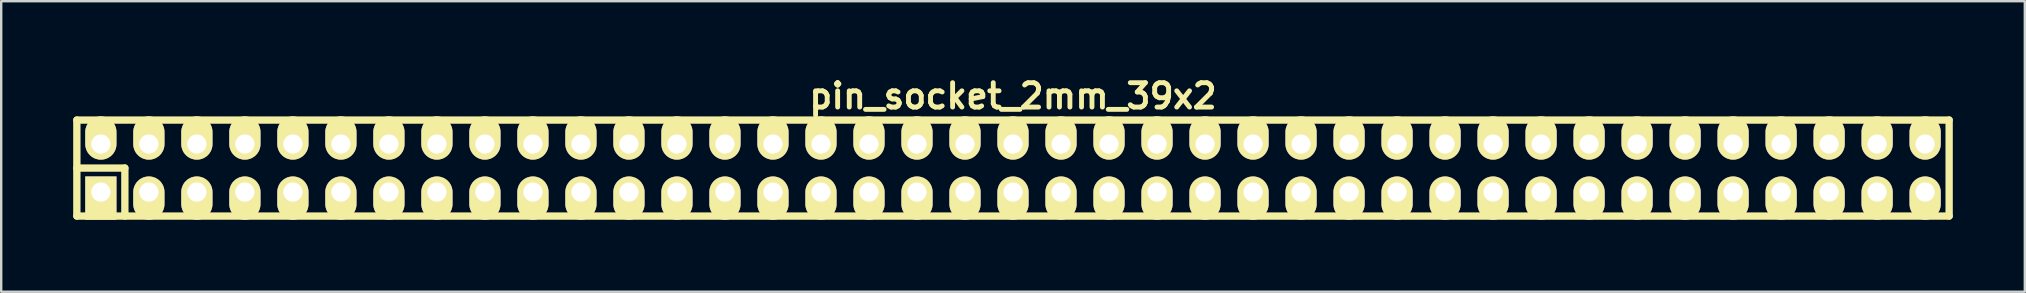
<source format=kicad_pcb>
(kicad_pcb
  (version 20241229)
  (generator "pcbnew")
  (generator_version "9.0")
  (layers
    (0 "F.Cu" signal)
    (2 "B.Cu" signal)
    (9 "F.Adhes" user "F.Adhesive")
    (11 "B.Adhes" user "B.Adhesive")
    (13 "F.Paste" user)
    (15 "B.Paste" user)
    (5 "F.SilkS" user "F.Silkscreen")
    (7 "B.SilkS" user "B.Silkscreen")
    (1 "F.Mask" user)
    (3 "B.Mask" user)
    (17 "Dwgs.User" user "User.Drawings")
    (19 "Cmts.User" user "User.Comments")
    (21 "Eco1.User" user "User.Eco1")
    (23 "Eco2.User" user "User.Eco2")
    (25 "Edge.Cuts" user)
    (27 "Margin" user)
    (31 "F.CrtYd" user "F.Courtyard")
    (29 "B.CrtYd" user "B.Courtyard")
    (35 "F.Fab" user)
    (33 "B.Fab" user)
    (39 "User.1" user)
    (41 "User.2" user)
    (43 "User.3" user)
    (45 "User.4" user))
  (footprint "pin_socket_2mm_39x2"
    (layer "F.Cu")
    (at 39.152 3.951)
    (property "Reference" "pin_socket_2mm_39x2" (at 0 -3 0) (layer "F.SilkS") (effects (font (size 1.016 1.016) (thickness 0.203))))
    (attr through_hole)
    (fp_line (start -39 -2) (end 39 -2) (stroke (width 0.305) (type solid)) (layer "F.SilkS"))
    (fp_line (start -39 0) (end -37 0) (stroke (width 0.305) (type solid)) (layer "F.SilkS"))
    (fp_line (start -39 2) (end -39 -2) (stroke (width 0.305) (type solid)) (layer "F.SilkS"))
    (fp_line (start -37 0) (end -37 2) (stroke (width 0.305) (type solid)) (layer "F.SilkS"))
    (fp_line (start 39 -2) (end 39 2) (stroke (width 0.305) (type solid)) (layer "F.SilkS"))
    (fp_line (start 39 2) (end -39 2) (stroke (width 0.305) (type solid)) (layer "F.SilkS"))
    (pad "1" thru_hole rect (at -38 1) (size 1.3 1.8) (drill 0.8 (offset 0 0.25)) (layers "*.Cu" "*.Mask" "F.SilkS"))
    (pad "2" thru_hole oval (at -38 -1) (size 1.3 1.8) (drill 0.8 (offset 0 -0.25)) (layers "*.Cu" "*.Mask" "F.SilkS"))
    (pad "3" thru_hole oval (at -36 1) (size 1.3 1.8) (drill 0.8 (offset 0 0.25)) (layers "*.Cu" "*.Mask" "F.SilkS"))
    (pad "4" thru_hole oval (at -36 -1) (size 1.3 1.8) (drill 0.8 (offset 0 -0.25)) (layers "*.Cu" "*.Mask" "F.SilkS"))
    (pad "5" thru_hole oval (at -34 1) (size 1.3 1.8) (drill 0.8 (offset 0 0.25)) (layers "*.Cu" "*.Mask" "F.SilkS"))
    (pad "6" thru_hole oval (at -34 -1) (size 1.3 1.8) (drill 0.8 (offset 0 -0.25)) (layers "*.Cu" "*.Mask" "F.SilkS"))
    (pad "7" thru_hole oval (at -32 1) (size 1.3 1.8) (drill 0.8 (offset 0 0.25)) (layers "*.Cu" "*.Mask" "F.SilkS"))
    (pad "8" thru_hole oval (at -32 -1) (size 1.3 1.8) (drill 0.8 (offset 0 -0.25)) (layers "*.Cu" "*.Mask" "F.SilkS"))
    (pad "9" thru_hole oval (at -30 1) (size 1.3 1.8) (drill 0.8 (offset 0 0.25)) (layers "*.Cu" "*.Mask" "F.SilkS"))
    (pad "10" thru_hole oval (at -30 -1) (size 1.3 1.8) (drill 0.8 (offset 0 -0.25)) (layers "*.Cu" "*.Mask" "F.SilkS"))
    (pad "11" thru_hole oval (at -28 1) (size 1.3 1.8) (drill 0.8 (offset 0 0.25)) (layers "*.Cu" "*.Mask" "F.SilkS"))
    (pad "12" thru_hole oval (at -28 -1) (size 1.3 1.8) (drill 0.8 (offset 0 -0.25)) (layers "*.Cu" "*.Mask" "F.SilkS"))
    (pad "13" thru_hole oval (at -26 1) (size 1.3 1.8) (drill 0.8 (offset 0 0.25)) (layers "*.Cu" "*.Mask" "F.SilkS"))
    (pad "14" thru_hole oval (at -26 -1) (size 1.3 1.8) (drill 0.8 (offset 0 -0.25)) (layers "*.Cu" "*.Mask" "F.SilkS"))
    (pad "15" thru_hole oval (at -24 1) (size 1.3 1.8) (drill 0.8 (offset 0 0.25)) (layers "*.Cu" "*.Mask" "F.SilkS"))
    (pad "16" thru_hole oval (at -24 -1) (size 1.3 1.8) (drill 0.8 (offset 0 -0.25)) (layers "*.Cu" "*.Mask" "F.SilkS"))
    (pad "17" thru_hole oval (at -22 1) (size 1.3 1.8) (drill 0.8 (offset 0 0.25)) (layers "*.Cu" "*.Mask" "F.SilkS"))
    (pad "18" thru_hole oval (at -22 -1) (size 1.3 1.8) (drill 0.8 (offset 0 -0.25)) (layers "*.Cu" "*.Mask" "F.SilkS"))
    (pad "19" thru_hole oval (at -20 1) (size 1.3 1.8) (drill 0.8 (offset 0 0.25)) (layers "*.Cu" "*.Mask" "F.SilkS"))
    (pad "20" thru_hole oval (at -20 -1) (size 1.3 1.8) (drill 0.8 (offset 0 -0.25)) (layers "*.Cu" "*.Mask" "F.SilkS"))
    (pad "21" thru_hole oval (at -18 1) (size 1.3 1.8) (drill 0.8 (offset 0 0.25)) (layers "*.Cu" "*.Mask" "F.SilkS"))
    (pad "22" thru_hole oval (at -18 -1) (size 1.3 1.8) (drill 0.8 (offset 0 -0.25)) (layers "*.Cu" "*.Mask" "F.SilkS"))
    (pad "23" thru_hole oval (at -16 1) (size 1.3 1.8) (drill 0.8 (offset 0 0.25)) (layers "*.Cu" "*.Mask" "F.SilkS"))
    (pad "24" thru_hole oval (at -16 -1) (size 1.3 1.8) (drill 0.8 (offset 0 -0.25)) (layers "*.Cu" "*.Mask" "F.SilkS"))
    (pad "25" thru_hole oval (at -14 1) (size 1.3 1.8) (drill 0.8 (offset 0 0.25)) (layers "*.Cu" "*.Mask" "F.SilkS"))
    (pad "26" thru_hole oval (at -14 -1) (size 1.3 1.8) (drill 0.8 (offset 0 -0.25)) (layers "*.Cu" "*.Mask" "F.SilkS"))
    (pad "27" thru_hole oval (at -12 1) (size 1.3 1.8) (drill 0.8 (offset 0 0.25)) (layers "*.Cu" "*.Mask" "F.SilkS"))
    (pad "28" thru_hole oval (at -12 -1) (size 1.3 1.8) (drill 0.8 (offset 0 -0.25)) (layers "*.Cu" "*.Mask" "F.SilkS"))
    (pad "29" thru_hole oval (at -10 1) (size 1.3 1.8) (drill 0.8 (offset 0 0.25)) (layers "*.Cu" "*.Mask" "F.SilkS"))
    (pad "30" thru_hole oval (at -10 -1) (size 1.3 1.8) (drill 0.8 (offset 0 -0.25)) (layers "*.Cu" "*.Mask" "F.SilkS"))
    (pad "31" thru_hole oval (at -8 1) (size 1.3 1.8) (drill 0.8 (offset 0 0.25)) (layers "*.Cu" "*.Mask" "F.SilkS"))
    (pad "32" thru_hole oval (at -8 -1) (size 1.3 1.8) (drill 0.8 (offset 0 -0.25)) (layers "*.Cu" "*.Mask" "F.SilkS"))
    (pad "33" thru_hole oval (at -6 1) (size 1.3 1.8) (drill 0.8 (offset 0 0.25)) (layers "*.Cu" "*.Mask" "F.SilkS"))
    (pad "34" thru_hole oval (at -6 -1) (size 1.3 1.8) (drill 0.8 (offset 0 -0.25)) (layers "*.Cu" "*.Mask" "F.SilkS"))
    (pad "35" thru_hole oval (at -4 1) (size 1.3 1.8) (drill 0.8 (offset 0 0.25)) (layers "*.Cu" "*.Mask" "F.SilkS"))
    (pad "36" thru_hole oval (at -4 -1) (size 1.3 1.8) (drill 0.8 (offset 0 -0.25)) (layers "*.Cu" "*.Mask" "F.SilkS"))
    (pad "37" thru_hole oval (at -2 1) (size 1.3 1.8) (drill 0.8 (offset 0 0.25)) (layers "*.Cu" "*.Mask" "F.SilkS"))
    (pad "38" thru_hole oval (at -2 -1) (size 1.3 1.8) (drill 0.8 (offset 0 -0.25)) (layers "*.Cu" "*.Mask" "F.SilkS"))
    (pad "39" thru_hole oval (at 0 1) (size 1.3 1.8) (drill 0.8 (offset 0 0.25)) (layers "*.Cu" "*.Mask" "F.SilkS"))
    (pad "40" thru_hole oval (at 0 -1) (size 1.3 1.8) (drill 0.8 (offset 0 -0.25)) (layers "*.Cu" "*.Mask" "F.SilkS"))
    (pad "41" thru_hole oval (at 2 1) (size 1.3 1.8) (drill 0.8 (offset 0 0.25)) (layers "*.Cu" "*.Mask" "F.SilkS"))
    (pad "42" thru_hole oval (at 2 -1) (size 1.3 1.8) (drill 0.8 (offset 0 -0.25)) (layers "*.Cu" "*.Mask" "F.SilkS"))
    (pad "43" thru_hole oval (at 4 1) (size 1.3 1.8) (drill 0.8 (offset 0 0.25)) (layers "*.Cu" "*.Mask" "F.SilkS"))
    (pad "44" thru_hole oval (at 4 -1) (size 1.3 1.8) (drill 0.8 (offset 0 -0.25)) (layers "*.Cu" "*.Mask" "F.SilkS"))
    (pad "45" thru_hole oval (at 6 1) (size 1.3 1.8) (drill 0.8 (offset 0 0.25)) (layers "*.Cu" "*.Mask" "F.SilkS"))
    (pad "46" thru_hole oval (at 6 -1) (size 1.3 1.8) (drill 0.8 (offset 0 -0.25)) (layers "*.Cu" "*.Mask" "F.SilkS"))
    (pad "47" thru_hole oval (at 8 1) (size 1.3 1.8) (drill 0.8 (offset 0 0.25)) (layers "*.Cu" "*.Mask" "F.SilkS"))
    (pad "48" thru_hole oval (at 8 -1) (size 1.3 1.8) (drill 0.8 (offset 0 -0.25)) (layers "*.Cu" "*.Mask" "F.SilkS"))
    (pad "49" thru_hole oval (at 10 1) (size 1.3 1.8) (drill 0.8 (offset 0 0.25)) (layers "*.Cu" "*.Mask" "F.SilkS"))
    (pad "50" thru_hole oval (at 10 -1) (size 1.3 1.8) (drill 0.8 (offset 0 -0.25)) (layers "*.Cu" "*.Mask" "F.SilkS"))
    (pad "51" thru_hole oval (at 12 1) (size 1.3 1.8) (drill 0.8 (offset 0 0.25)) (layers "*.Cu" "*.Mask" "F.SilkS"))
    (pad "52" thru_hole oval (at 12 -1) (size 1.3 1.8) (drill 0.8 (offset 0 -0.25)) (layers "*.Cu" "*.Mask" "F.SilkS"))
    (pad "53" thru_hole oval (at 14 1) (size 1.3 1.8) (drill 0.8 (offset 0 0.25)) (layers "*.Cu" "*.Mask" "F.SilkS"))
    (pad "54" thru_hole oval (at 14 -1) (size 1.3 1.8) (drill 0.8 (offset 0 -0.25)) (layers "*.Cu" "*.Mask" "F.SilkS"))
    (pad "55" thru_hole oval (at 16 1) (size 1.3 1.8) (drill 0.8 (offset 0 0.25)) (layers "*.Cu" "*.Mask" "F.SilkS"))
    (pad "56" thru_hole oval (at 16 -1) (size 1.3 1.8) (drill 0.8 (offset 0 -0.25)) (layers "*.Cu" "*.Mask" "F.SilkS"))
    (pad "57" thru_hole oval (at 18 1) (size 1.3 1.8) (drill 0.8 (offset 0 0.25)) (layers "*.Cu" "*.Mask" "F.SilkS"))
    (pad "58" thru_hole oval (at 18 -1) (size 1.3 1.8) (drill 0.8 (offset 0 -0.25)) (layers "*.Cu" "*.Mask" "F.SilkS"))
    (pad "59" thru_hole oval (at 20 1) (size 1.3 1.8) (drill 0.8 (offset 0 0.25)) (layers "*.Cu" "*.Mask" "F.SilkS"))
    (pad "60" thru_hole oval (at 20 -1) (size 1.3 1.8) (drill 0.8 (offset 0 -0.25)) (layers "*.Cu" "*.Mask" "F.SilkS"))
    (pad "61" thru_hole oval (at 22 1) (size 1.3 1.8) (drill 0.8 (offset 0 0.25)) (layers "*.Cu" "*.Mask" "F.SilkS"))
    (pad "62" thru_hole oval (at 22 -1) (size 1.3 1.8) (drill 0.8 (offset 0 -0.25)) (layers "*.Cu" "*.Mask" "F.SilkS"))
    (pad "63" thru_hole oval (at 24 1) (size 1.3 1.8) (drill 0.8 (offset 0 0.25)) (layers "*.Cu" "*.Mask" "F.SilkS"))
    (pad "64" thru_hole oval (at 24 -1) (size 1.3 1.8) (drill 0.8 (offset 0 -0.25)) (layers "*.Cu" "*.Mask" "F.SilkS"))
    (pad "65" thru_hole oval (at 26 1) (size 1.3 1.8) (drill 0.8 (offset 0 0.25)) (layers "*.Cu" "*.Mask" "F.SilkS"))
    (pad "66" thru_hole oval (at 26 -1) (size 1.3 1.8) (drill 0.8 (offset 0 -0.25)) (layers "*.Cu" "*.Mask" "F.SilkS"))
    (pad "67" thru_hole oval (at 28 1) (size 1.3 1.8) (drill 0.8 (offset 0 0.25)) (layers "*.Cu" "*.Mask" "F.SilkS"))
    (pad "68" thru_hole oval (at 28 -1) (size 1.3 1.8) (drill 0.8 (offset 0 -0.25)) (layers "*.Cu" "*.Mask" "F.SilkS"))
    (pad "69" thru_hole oval (at 30 1) (size 1.3 1.8) (drill 0.8 (offset 0 0.25)) (layers "*.Cu" "*.Mask" "F.SilkS"))
    (pad "70" thru_hole oval (at 30 -1) (size 1.3 1.8) (drill 0.8 (offset 0 -0.25)) (layers "*.Cu" "*.Mask" "F.SilkS"))
    (pad "71" thru_hole oval (at 32 1) (size 1.3 1.8) (drill 0.8 (offset 0 0.25)) (layers "*.Cu" "*.Mask" "F.SilkS"))
    (pad "72" thru_hole oval (at 32 -1) (size 1.3 1.8) (drill 0.8 (offset 0 -0.25)) (layers "*.Cu" "*.Mask" "F.SilkS"))
    (pad "73" thru_hole oval (at 34 1) (size 1.3 1.8) (drill 0.8 (offset 0 0.25)) (layers "*.Cu" "*.Mask" "F.SilkS"))
    (pad "74" thru_hole oval (at 34 -1) (size 1.3 1.8) (drill 0.8 (offset 0 -0.25)) (layers "*.Cu" "*.Mask" "F.SilkS"))
    (pad "75" thru_hole oval (at 36 1) (size 1.3 1.8) (drill 0.8 (offset 0 0.25)) (layers "*.Cu" "*.Mask" "F.SilkS"))
    (pad "76" thru_hole oval (at 36 -1) (size 1.3 1.8) (drill 0.8 (offset 0 -0.25)) (layers "*.Cu" "*.Mask" "F.SilkS"))
    (pad "77" thru_hole oval (at 38 1) (size 1.3 1.8) (drill 0.8 (offset 0 0.25)) (layers "*.Cu" "*.Mask" "F.SilkS"))
    (pad "78" thru_hole oval (at 38 -1) (size 1.3 1.8) (drill 0.8 (offset 0 -0.25)) (layers "*.Cu" "*.Mask" "F.SilkS")))
  (gr_rect
    (start -3 -3)
    (end 81.305 9.103)
    (stroke (width 0.1) (type default))
    (fill no)
    (layer "Edge.Cuts")))
</source>
